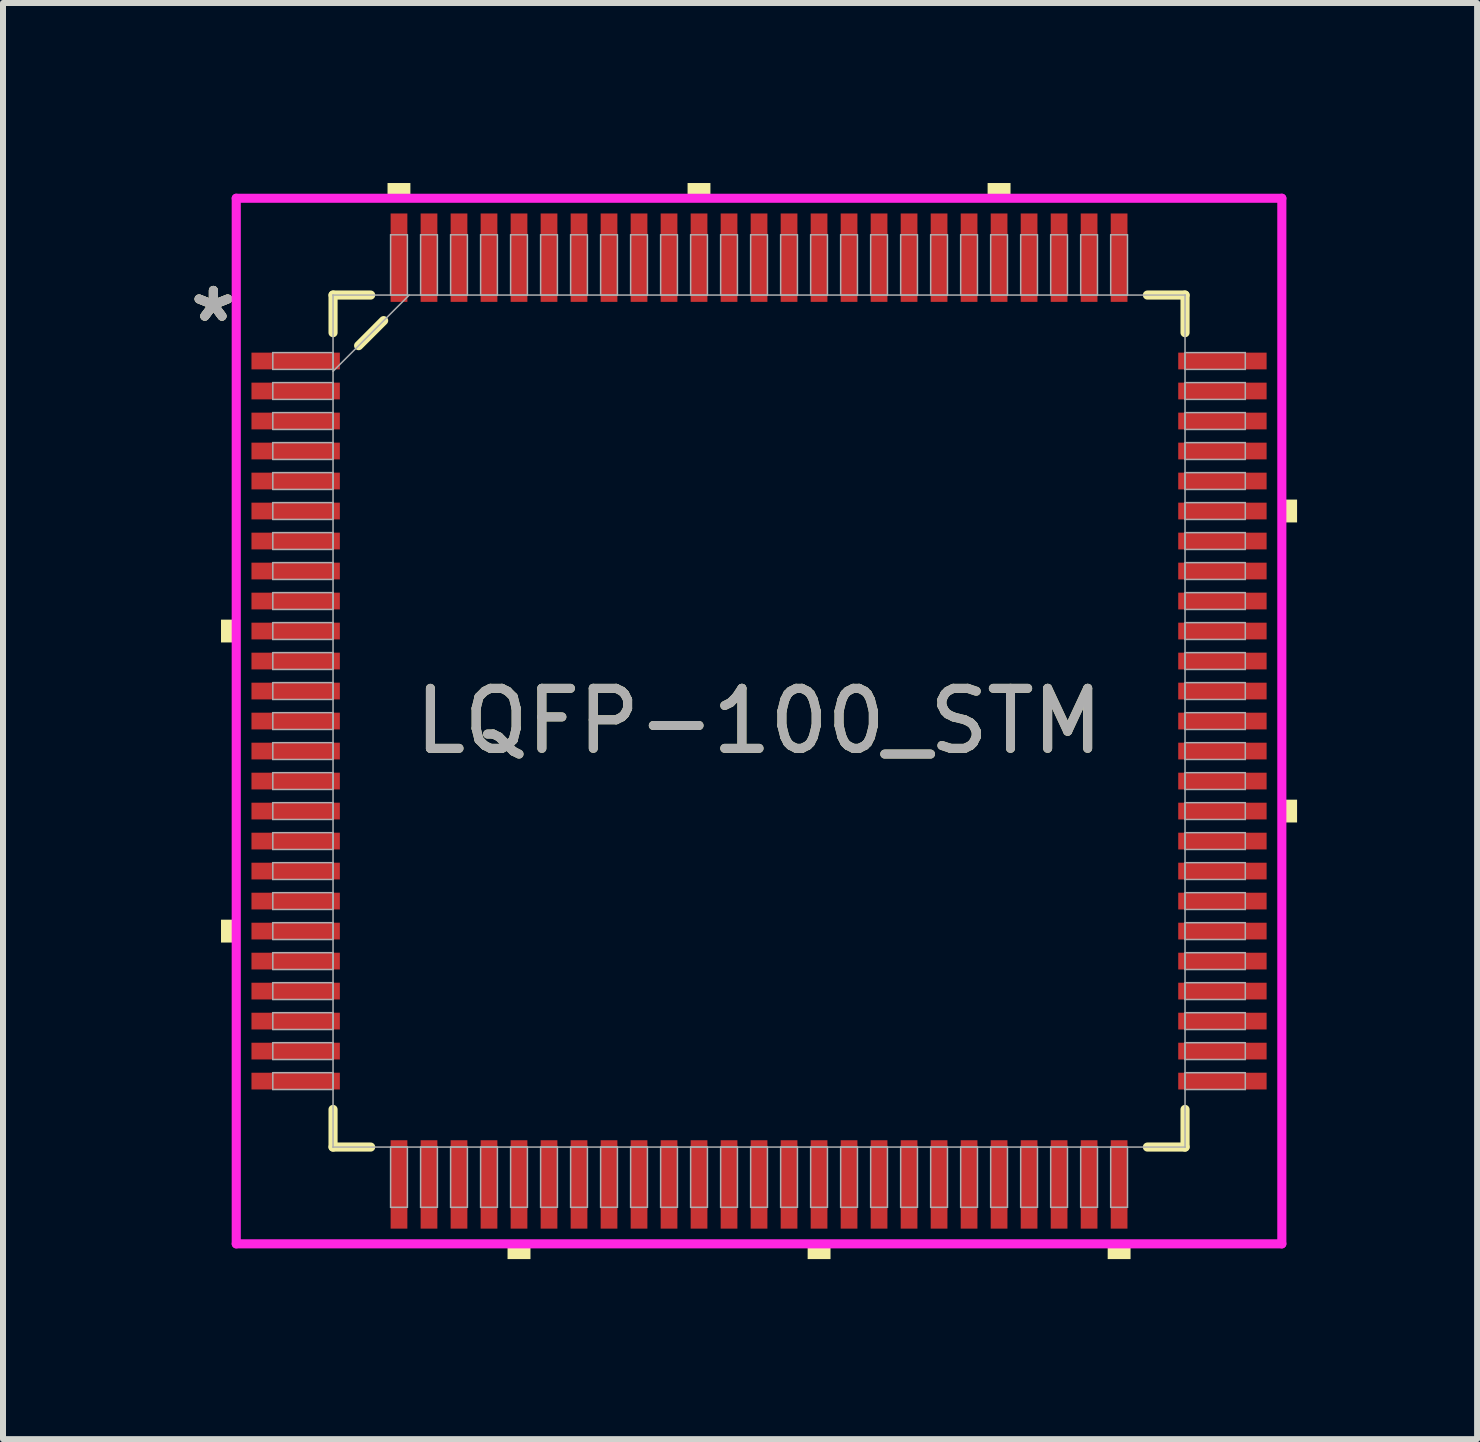
<source format=kicad_pcb>
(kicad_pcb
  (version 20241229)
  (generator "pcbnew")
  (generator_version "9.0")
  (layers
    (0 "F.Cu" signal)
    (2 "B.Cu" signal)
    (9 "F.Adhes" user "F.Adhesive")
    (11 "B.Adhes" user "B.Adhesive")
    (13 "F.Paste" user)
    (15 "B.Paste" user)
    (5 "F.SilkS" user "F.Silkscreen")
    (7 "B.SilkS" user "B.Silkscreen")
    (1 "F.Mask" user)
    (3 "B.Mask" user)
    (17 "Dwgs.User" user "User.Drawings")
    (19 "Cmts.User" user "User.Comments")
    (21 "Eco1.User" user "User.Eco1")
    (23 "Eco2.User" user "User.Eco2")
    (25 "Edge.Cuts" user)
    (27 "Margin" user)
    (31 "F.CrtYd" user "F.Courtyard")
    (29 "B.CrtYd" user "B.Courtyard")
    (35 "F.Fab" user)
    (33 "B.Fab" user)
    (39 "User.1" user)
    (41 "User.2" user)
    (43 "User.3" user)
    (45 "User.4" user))
  (footprint "LQFP-100_STM"
    (layer "F.Cu")
    (at 9.599 8.966)
    (property "Reference" "LQFP-100_STM" (at 0 0 0) (unlocked yes) (layer "F.SilkS") (effects (font (size 1 1) (thickness 0.15))))
    (attr smd)
    (fp_line (start -7.099 -7.099) (end -7.099 -6.472) (stroke (width 0.152) (type solid)) (layer "F.SilkS"))
    (fp_line (start -7.099 6.472) (end -7.099 7.099) (stroke (width 0.152) (type solid)) (layer "F.SilkS"))
    (fp_line (start -7.099 7.099) (end -6.472 7.099) (stroke (width 0.152) (type solid)) (layer "F.SilkS"))
    (fp_line (start -6.673 -6.256) (end -6.256 -6.673) (stroke (width 0.152) (type solid)) (layer "F.SilkS"))
    (fp_line (start -6.472 -7.099) (end -7.099 -7.099) (stroke (width 0.152) (type solid)) (layer "F.SilkS"))
    (fp_line (start 6.472 7.099) (end 7.099 7.099) (stroke (width 0.152) (type solid)) (layer "F.SilkS"))
    (fp_line (start 7.099 -7.099) (end 6.472 -7.099) (stroke (width 0.152) (type solid)) (layer "F.SilkS"))
    (fp_line (start 7.099 -6.472) (end 7.099 -7.099) (stroke (width 0.152) (type solid)) (layer "F.SilkS"))
    (fp_line (start 7.099 7.099) (end 7.099 6.472) (stroke (width 0.152) (type solid)) (layer "F.SilkS"))
    (fp_poly (pts (xy -8.966 -1.69) (xy -8.966 -1.31) (xy -8.712 -1.31) (xy -8.712 -1.69)) (stroke (width 0) (type solid)) (fill yes) (layer "F.SilkS"))
    (fp_poly (pts (xy -8.966 3.31) (xy -8.966 3.691) (xy -8.712 3.691) (xy -8.712 3.31)) (stroke (width 0) (type solid)) (fill yes) (layer "F.SilkS"))
    (fp_poly (pts (xy -6.191 -8.712) (xy -6.191 -8.966) (xy -5.81 -8.966) (xy -5.81 -8.712)) (stroke (width 0) (type solid)) (fill yes) (layer "F.SilkS"))
    (fp_poly (pts (xy -4.191 8.712) (xy -4.191 8.966) (xy -3.809 8.966) (xy -3.809 8.712)) (stroke (width 0) (type solid)) (fill yes) (layer "F.SilkS"))
    (fp_poly (pts (xy -1.191 -8.712) (xy -1.191 -8.966) (xy -0.81 -8.966) (xy -0.81 -8.712)) (stroke (width 0) (type solid)) (fill yes) (layer "F.SilkS"))
    (fp_poly (pts (xy 0.81 8.712) (xy 0.81 8.966) (xy 1.191 8.966) (xy 1.191 8.712)) (stroke (width 0) (type solid)) (fill yes) (layer "F.SilkS"))
    (fp_poly (pts (xy 3.809 -8.712) (xy 3.809 -8.966) (xy 4.191 -8.966) (xy 4.191 -8.712)) (stroke (width 0) (type solid)) (fill yes) (layer "F.SilkS"))
    (fp_poly (pts (xy 5.81 8.712) (xy 5.81 8.966) (xy 6.191 8.966) (xy 6.191 8.712)) (stroke (width 0) (type solid)) (fill yes) (layer "F.SilkS"))
    (fp_poly (pts (xy 8.966 -3.691) (xy 8.966 -3.31) (xy 8.712 -3.31) (xy 8.712 -3.691)) (stroke (width 0) (type solid)) (fill yes) (layer "F.SilkS"))
    (fp_poly (pts (xy 8.966 1.31) (xy 8.966 1.69) (xy 8.712 1.69) (xy 8.712 1.31)) (stroke (width 0) (type solid)) (fill yes) (layer "F.SilkS"))
    (fp_line (start -8.712 -8.712) (end 8.712 -8.712) (stroke (width 0.152) (type solid)) (layer "F.CrtYd"))
    (fp_line (start -8.712 8.712) (end -8.712 -8.712) (stroke (width 0.152) (type solid)) (layer "F.CrtYd"))
    (fp_line (start 8.712 -8.712) (end 8.712 8.712) (stroke (width 0.152) (type solid)) (layer "F.CrtYd"))
    (fp_line (start 8.712 8.712) (end -8.712 8.712) (stroke (width 0.152) (type solid)) (layer "F.CrtYd"))
    (fp_line (start -8.103 -6.14) (end -8.103 -5.86) (stroke (width 0.025) (type solid)) (layer "F.Fab"))
    (fp_line (start -8.103 -5.86) (end -7.099 -5.86) (stroke (width 0.025) (type solid)) (layer "F.Fab"))
    (fp_line (start -8.103 -5.64) (end -8.103 -5.36) (stroke (width 0.025) (type solid)) (layer "F.Fab"))
    (fp_line (start -8.103 -5.36) (end -7.099 -5.36) (stroke (width 0.025) (type solid)) (layer "F.Fab"))
    (fp_line (start -8.103 -5.14) (end -8.103 -4.86) (stroke (width 0.025) (type solid)) (layer "F.Fab"))
    (fp_line (start -8.103 -4.86) (end -7.099 -4.86) (stroke (width 0.025) (type solid)) (layer "F.Fab"))
    (fp_line (start -8.103 -4.64) (end -8.103 -4.36) (stroke (width 0.025) (type solid)) (layer "F.Fab"))
    (fp_line (start -8.103 -4.36) (end -7.099 -4.36) (stroke (width 0.025) (type solid)) (layer "F.Fab"))
    (fp_line (start -8.103 -4.14) (end -8.103 -3.86) (stroke (width 0.025) (type solid)) (layer "F.Fab"))
    (fp_line (start -8.103 -3.86) (end -7.099 -3.86) (stroke (width 0.025) (type solid)) (layer "F.Fab"))
    (fp_line (start -8.103 -3.64) (end -8.103 -3.36) (stroke (width 0.025) (type solid)) (layer "F.Fab"))
    (fp_line (start -8.103 -3.36) (end -7.099 -3.36) (stroke (width 0.025) (type solid)) (layer "F.Fab"))
    (fp_line (start -8.103 -3.14) (end -8.103 -2.86) (stroke (width 0.025) (type solid)) (layer "F.Fab"))
    (fp_line (start -8.103 -2.86) (end -7.099 -2.86) (stroke (width 0.025) (type solid)) (layer "F.Fab"))
    (fp_line (start -8.103 -2.64) (end -8.103 -2.36) (stroke (width 0.025) (type solid)) (layer "F.Fab"))
    (fp_line (start -8.103 -2.36) (end -7.099 -2.36) (stroke (width 0.025) (type solid)) (layer "F.Fab"))
    (fp_line (start -8.103 -2.14) (end -8.103 -1.86) (stroke (width 0.025) (type solid)) (layer "F.Fab"))
    (fp_line (start -8.103 -1.86) (end -7.099 -1.86) (stroke (width 0.025) (type solid)) (layer "F.Fab"))
    (fp_line (start -8.103 -1.64) (end -8.103 -1.36) (stroke (width 0.025) (type solid)) (layer "F.Fab"))
    (fp_line (start -8.103 -1.36) (end -7.099 -1.36) (stroke (width 0.025) (type solid)) (layer "F.Fab"))
    (fp_line (start -8.103 -1.14) (end -8.103 -0.86) (stroke (width 0.025) (type solid)) (layer "F.Fab"))
    (fp_line (start -8.103 -0.86) (end -7.099 -0.86) (stroke (width 0.025) (type solid)) (layer "F.Fab"))
    (fp_line (start -8.103 -0.64) (end -8.103 -0.36) (stroke (width 0.025) (type solid)) (layer "F.Fab"))
    (fp_line (start -8.103 -0.36) (end -7.099 -0.36) (stroke (width 0.025) (type solid)) (layer "F.Fab"))
    (fp_line (start -8.103 -0.14) (end -8.103 0.14) (stroke (width 0.025) (type solid)) (layer "F.Fab"))
    (fp_line (start -8.103 0.14) (end -7.099 0.14) (stroke (width 0.025) (type solid)) (layer "F.Fab"))
    (fp_line (start -8.103 0.36) (end -8.103 0.64) (stroke (width 0.025) (type solid)) (layer "F.Fab"))
    (fp_line (start -8.103 0.64) (end -7.099 0.64) (stroke (width 0.025) (type solid)) (layer "F.Fab"))
    (fp_line (start -8.103 0.86) (end -8.103 1.14) (stroke (width 0.025) (type solid)) (layer "F.Fab"))
    (fp_line (start -8.103 1.14) (end -7.099 1.14) (stroke (width 0.025) (type solid)) (layer "F.Fab"))
    (fp_line (start -8.103 1.36) (end -8.103 1.64) (stroke (width 0.025) (type solid)) (layer "F.Fab"))
    (fp_line (start -8.103 1.64) (end -7.099 1.64) (stroke (width 0.025) (type solid)) (layer "F.Fab"))
    (fp_line (start -8.103 1.86) (end -8.103 2.14) (stroke (width 0.025) (type solid)) (layer "F.Fab"))
    (fp_line (start -8.103 2.14) (end -7.099 2.14) (stroke (width 0.025) (type solid)) (layer "F.Fab"))
    (fp_line (start -8.103 2.36) (end -8.103 2.64) (stroke (width 0.025) (type solid)) (layer "F.Fab"))
    (fp_line (start -8.103 2.64) (end -7.099 2.64) (stroke (width 0.025) (type solid)) (layer "F.Fab"))
    (fp_line (start -8.103 2.86) (end -8.103 3.14) (stroke (width 0.025) (type solid)) (layer "F.Fab"))
    (fp_line (start -8.103 3.14) (end -7.099 3.14) (stroke (width 0.025) (type solid)) (layer "F.Fab"))
    (fp_line (start -8.103 3.36) (end -8.103 3.64) (stroke (width 0.025) (type solid)) (layer "F.Fab"))
    (fp_line (start -8.103 3.64) (end -7.099 3.64) (stroke (width 0.025) (type solid)) (layer "F.Fab"))
    (fp_line (start -8.103 3.86) (end -8.103 4.14) (stroke (width 0.025) (type solid)) (layer "F.Fab"))
    (fp_line (start -8.103 4.14) (end -7.099 4.14) (stroke (width 0.025) (type solid)) (layer "F.Fab"))
    (fp_line (start -8.103 4.36) (end -8.103 4.64) (stroke (width 0.025) (type solid)) (layer "F.Fab"))
    (fp_line (start -8.103 4.64) (end -7.099 4.64) (stroke (width 0.025) (type solid)) (layer "F.Fab"))
    (fp_line (start -8.103 4.86) (end -8.103 5.14) (stroke (width 0.025) (type solid)) (layer "F.Fab"))
    (fp_line (start -8.103 5.14) (end -7.099 5.14) (stroke (width 0.025) (type solid)) (layer "F.Fab"))
    (fp_line (start -8.103 5.36) (end -8.103 5.64) (stroke (width 0.025) (type solid)) (layer "F.Fab"))
    (fp_line (start -8.103 5.64) (end -7.099 5.64) (stroke (width 0.025) (type solid)) (layer "F.Fab"))
    (fp_line (start -8.103 5.86) (end -8.103 6.14) (stroke (width 0.025) (type solid)) (layer "F.Fab"))
    (fp_line (start -8.103 6.14) (end -7.099 6.14) (stroke (width 0.025) (type solid)) (layer "F.Fab"))
    (fp_line (start -7.099 -7.099) (end -7.099 -7.099) (stroke (width 0.025) (type solid)) (layer "F.Fab"))
    (fp_line (start -7.099 -7.099) (end -7.099 7.099) (stroke (width 0.025) (type solid)) (layer "F.Fab"))
    (fp_line (start -7.099 -6.14) (end -8.103 -6.14) (stroke (width 0.025) (type solid)) (layer "F.Fab"))
    (fp_line (start -7.099 -5.86) (end -7.099 -6.14) (stroke (width 0.025) (type solid)) (layer "F.Fab"))
    (fp_line (start -7.099 -5.829) (end -5.829 -7.099) (stroke (width 0.025) (type solid)) (layer "F.Fab"))
    (fp_line (start -7.099 -5.64) (end -8.103 -5.64) (stroke (width 0.025) (type solid)) (layer "F.Fab"))
    (fp_line (start -7.099 -5.36) (end -7.099 -5.64) (stroke (width 0.025) (type solid)) (layer "F.Fab"))
    (fp_line (start -7.099 -5.14) (end -8.103 -5.14) (stroke (width 0.025) (type solid)) (layer "F.Fab"))
    (fp_line (start -7.099 -4.86) (end -7.099 -5.14) (stroke (width 0.025) (type solid)) (layer "F.Fab"))
    (fp_line (start -7.099 -4.64) (end -8.103 -4.64) (stroke (width 0.025) (type solid)) (layer "F.Fab"))
    (fp_line (start -7.099 -4.36) (end -7.099 -4.64) (stroke (width 0.025) (type solid)) (layer "F.Fab"))
    (fp_line (start -7.099 -4.14) (end -8.103 -4.14) (stroke (width 0.025) (type solid)) (layer "F.Fab"))
    (fp_line (start -7.099 -3.86) (end -7.099 -4.14) (stroke (width 0.025) (type solid)) (layer "F.Fab"))
    (fp_line (start -7.099 -3.64) (end -8.103 -3.64) (stroke (width 0.025) (type solid)) (layer "F.Fab"))
    (fp_line (start -7.099 -3.36) (end -7.099 -3.64) (stroke (width 0.025) (type solid)) (layer "F.Fab"))
    (fp_line (start -7.099 -3.14) (end -8.103 -3.14) (stroke (width 0.025) (type solid)) (layer "F.Fab"))
    (fp_line (start -7.099 -2.86) (end -7.099 -3.14) (stroke (width 0.025) (type solid)) (layer "F.Fab"))
    (fp_line (start -7.099 -2.64) (end -8.103 -2.64) (stroke (width 0.025) (type solid)) (layer "F.Fab"))
    (fp_line (start -7.099 -2.36) (end -7.099 -2.64) (stroke (width 0.025) (type solid)) (layer "F.Fab"))
    (fp_line (start -7.099 -2.14) (end -8.103 -2.14) (stroke (width 0.025) (type solid)) (layer "F.Fab"))
    (fp_line (start -7.099 -1.86) (end -7.099 -2.14) (stroke (width 0.025) (type solid)) (layer "F.Fab"))
    (fp_line (start -7.099 -1.64) (end -8.103 -1.64) (stroke (width 0.025) (type solid)) (layer "F.Fab"))
    (fp_line (start -7.099 -1.36) (end -7.099 -1.64) (stroke (width 0.025) (type solid)) (layer "F.Fab"))
    (fp_line (start -7.099 -1.14) (end -8.103 -1.14) (stroke (width 0.025) (type solid)) (layer "F.Fab"))
    (fp_line (start -7.099 -0.86) (end -7.099 -1.14) (stroke (width 0.025) (type solid)) (layer "F.Fab"))
    (fp_line (start -7.099 -0.64) (end -8.103 -0.64) (stroke (width 0.025) (type solid)) (layer "F.Fab"))
    (fp_line (start -7.099 -0.36) (end -7.099 -0.64) (stroke (width 0.025) (type solid)) (layer "F.Fab"))
    (fp_line (start -7.099 -0.14) (end -8.103 -0.14) (stroke (width 0.025) (type solid)) (layer "F.Fab"))
    (fp_line (start -7.099 0.14) (end -7.099 -0.14) (stroke (width 0.025) (type solid)) (layer "F.Fab"))
    (fp_line (start -7.099 0.36) (end -8.103 0.36) (stroke (width 0.025) (type solid)) (layer "F.Fab"))
    (fp_line (start -7.099 0.64) (end -7.099 0.36) (stroke (width 0.025) (type solid)) (layer "F.Fab"))
    (fp_line (start -7.099 0.86) (end -8.103 0.86) (stroke (width 0.025) (type solid)) (layer "F.Fab"))
    (fp_line (start -7.099 1.14) (end -7.099 0.86) (stroke (width 0.025) (type solid)) (layer "F.Fab"))
    (fp_line (start -7.099 1.36) (end -8.103 1.36) (stroke (width 0.025) (type solid)) (layer "F.Fab"))
    (fp_line (start -7.099 1.64) (end -7.099 1.36) (stroke (width 0.025) (type solid)) (layer "F.Fab"))
    (fp_line (start -7.099 1.86) (end -8.103 1.86) (stroke (width 0.025) (type solid)) (layer "F.Fab"))
    (fp_line (start -7.099 2.14) (end -7.099 1.86) (stroke (width 0.025) (type solid)) (layer "F.Fab"))
    (fp_line (start -7.099 2.36) (end -8.103 2.36) (stroke (width 0.025) (type solid)) (layer "F.Fab"))
    (fp_line (start -7.099 2.64) (end -7.099 2.36) (stroke (width 0.025) (type solid)) (layer "F.Fab"))
    (fp_line (start -7.099 2.86) (end -8.103 2.86) (stroke (width 0.025) (type solid)) (layer "F.Fab"))
    (fp_line (start -7.099 3.14) (end -7.099 2.86) (stroke (width 0.025) (type solid)) (layer "F.Fab"))
    (fp_line (start -7.099 3.36) (end -8.103 3.36) (stroke (width 0.025) (type solid)) (layer "F.Fab"))
    (fp_line (start -7.099 3.64) (end -7.099 3.36) (stroke (width 0.025) (type solid)) (layer "F.Fab"))
    (fp_line (start -7.099 3.86) (end -8.103 3.86) (stroke (width 0.025) (type solid)) (layer "F.Fab"))
    (fp_line (start -7.099 4.14) (end -7.099 3.86) (stroke (width 0.025) (type solid)) (layer "F.Fab"))
    (fp_line (start -7.099 4.36) (end -8.103 4.36) (stroke (width 0.025) (type solid)) (layer "F.Fab"))
    (fp_line (start -7.099 4.64) (end -7.099 4.36) (stroke (width 0.025) (type solid)) (layer "F.Fab"))
    (fp_line (start -7.099 4.86) (end -8.103 4.86) (stroke (width 0.025) (type solid)) (layer "F.Fab"))
    (fp_line (start -7.099 5.14) (end -7.099 4.86) (stroke (width 0.025) (type solid)) (layer "F.Fab"))
    (fp_line (start -7.099 5.36) (end -8.103 5.36) (stroke (width 0.025) (type solid)) (layer "F.Fab"))
    (fp_line (start -7.099 5.64) (end -7.099 5.36) (stroke (width 0.025) (type solid)) (layer "F.Fab"))
    (fp_line (start -7.099 5.86) (end -8.103 5.86) (stroke (width 0.025) (type solid)) (layer "F.Fab"))
    (fp_line (start -7.099 6.14) (end -7.099 5.86) (stroke (width 0.025) (type solid)) (layer "F.Fab"))
    (fp_line (start -7.099 7.099) (end -7.099 7.099) (stroke (width 0.025) (type solid)) (layer "F.Fab"))
    (fp_line (start -7.099 7.099) (end 7.099 7.099) (stroke (width 0.025) (type solid)) (layer "F.Fab"))
    (fp_line (start -6.14 -8.103) (end -6.14 -7.099) (stroke (width 0.025) (type solid)) (layer "F.Fab"))
    (fp_line (start -6.14 -7.099) (end -5.86 -7.099) (stroke (width 0.025) (type solid)) (layer "F.Fab"))
    (fp_line (start -6.14 7.099) (end -6.14 8.103) (stroke (width 0.025) (type solid)) (layer "F.Fab"))
    (fp_line (start -6.14 8.103) (end -5.86 8.103) (stroke (width 0.025) (type solid)) (layer "F.Fab"))
    (fp_line (start -5.86 -8.103) (end -6.14 -8.103) (stroke (width 0.025) (type solid)) (layer "F.Fab"))
    (fp_line (start -5.86 -7.099) (end -5.86 -8.103) (stroke (width 0.025) (type solid)) (layer "F.Fab"))
    (fp_line (start -5.86 7.099) (end -6.14 7.099) (stroke (width 0.025) (type solid)) (layer "F.Fab"))
    (fp_line (start -5.86 8.103) (end -5.86 7.099) (stroke (width 0.025) (type solid)) (layer "F.Fab"))
    (fp_line (start -5.64 -8.103) (end -5.64 -7.099) (stroke (width 0.025) (type solid)) (layer "F.Fab"))
    (fp_line (start -5.64 -7.099) (end -5.36 -7.099) (stroke (width 0.025) (type solid)) (layer "F.Fab"))
    (fp_line (start -5.64 7.099) (end -5.64 8.103) (stroke (width 0.025) (type solid)) (layer "F.Fab"))
    (fp_line (start -5.64 8.103) (end -5.36 8.103) (stroke (width 0.025) (type solid)) (layer "F.Fab"))
    (fp_line (start -5.36 -8.103) (end -5.64 -8.103) (stroke (width 0.025) (type solid)) (layer "F.Fab"))
    (fp_line (start -5.36 -7.099) (end -5.36 -8.103) (stroke (width 0.025) (type solid)) (layer "F.Fab"))
    (fp_line (start -5.36 7.099) (end -5.64 7.099) (stroke (width 0.025) (type solid)) (layer "F.Fab"))
    (fp_line (start -5.36 8.103) (end -5.36 7.099) (stroke (width 0.025) (type solid)) (layer "F.Fab"))
    (fp_line (start -5.14 -8.103) (end -5.14 -7.099) (stroke (width 0.025) (type solid)) (layer "F.Fab"))
    (fp_line (start -5.14 -7.099) (end -4.86 -7.099) (stroke (width 0.025) (type solid)) (layer "F.Fab"))
    (fp_line (start -5.14 7.099) (end -5.14 8.103) (stroke (width 0.025) (type solid)) (layer "F.Fab"))
    (fp_line (start -5.14 8.103) (end -4.86 8.103) (stroke (width 0.025) (type solid)) (layer "F.Fab"))
    (fp_line (start -4.86 -8.103) (end -5.14 -8.103) (stroke (width 0.025) (type solid)) (layer "F.Fab"))
    (fp_line (start -4.86 -7.099) (end -4.86 -8.103) (stroke (width 0.025) (type solid)) (layer "F.Fab"))
    (fp_line (start -4.86 7.099) (end -5.14 7.099) (stroke (width 0.025) (type solid)) (layer "F.Fab"))
    (fp_line (start -4.86 8.103) (end -4.86 7.099) (stroke (width 0.025) (type solid)) (layer "F.Fab"))
    (fp_line (start -4.64 -8.103) (end -4.64 -7.099) (stroke (width 0.025) (type solid)) (layer "F.Fab"))
    (fp_line (start -4.64 -7.099) (end -4.36 -7.099) (stroke (width 0.025) (type solid)) (layer "F.Fab"))
    (fp_line (start -4.64 7.099) (end -4.64 8.103) (stroke (width 0.025) (type solid)) (layer "F.Fab"))
    (fp_line (start -4.64 8.103) (end -4.36 8.103) (stroke (width 0.025) (type solid)) (layer "F.Fab"))
    (fp_line (start -4.36 -8.103) (end -4.64 -8.103) (stroke (width 0.025) (type solid)) (layer "F.Fab"))
    (fp_line (start -4.36 -7.099) (end -4.36 -8.103) (stroke (width 0.025) (type solid)) (layer "F.Fab"))
    (fp_line (start -4.36 7.099) (end -4.64 7.099) (stroke (width 0.025) (type solid)) (layer "F.Fab"))
    (fp_line (start -4.36 8.103) (end -4.36 7.099) (stroke (width 0.025) (type solid)) (layer "F.Fab"))
    (fp_line (start -4.14 -8.103) (end -4.14 -7.099) (stroke (width 0.025) (type solid)) (layer "F.Fab"))
    (fp_line (start -4.14 -7.099) (end -3.86 -7.099) (stroke (width 0.025) (type solid)) (layer "F.Fab"))
    (fp_line (start -4.14 7.099) (end -4.14 8.103) (stroke (width 0.025) (type solid)) (layer "F.Fab"))
    (fp_line (start -4.14 8.103) (end -3.86 8.103) (stroke (width 0.025) (type solid)) (layer "F.Fab"))
    (fp_line (start -3.86 -8.103) (end -4.14 -8.103) (stroke (width 0.025) (type solid)) (layer "F.Fab"))
    (fp_line (start -3.86 -7.099) (end -3.86 -8.103) (stroke (width 0.025) (type solid)) (layer "F.Fab"))
    (fp_line (start -3.86 7.099) (end -4.14 7.099) (stroke (width 0.025) (type solid)) (layer "F.Fab"))
    (fp_line (start -3.86 8.103) (end -3.86 7.099) (stroke (width 0.025) (type solid)) (layer "F.Fab"))
    (fp_line (start -3.64 -8.103) (end -3.64 -7.099) (stroke (width 0.025) (type solid)) (layer "F.Fab"))
    (fp_line (start -3.64 -7.099) (end -3.36 -7.099) (stroke (width 0.025) (type solid)) (layer "F.Fab"))
    (fp_line (start -3.64 7.099) (end -3.64 8.103) (stroke (width 0.025) (type solid)) (layer "F.Fab"))
    (fp_line (start -3.64 8.103) (end -3.36 8.103) (stroke (width 0.025) (type solid)) (layer "F.Fab"))
    (fp_line (start -3.36 -8.103) (end -3.64 -8.103) (stroke (width 0.025) (type solid)) (layer "F.Fab"))
    (fp_line (start -3.36 -7.099) (end -3.36 -8.103) (stroke (width 0.025) (type solid)) (layer "F.Fab"))
    (fp_line (start -3.36 7.099) (end -3.64 7.099) (stroke (width 0.025) (type solid)) (layer "F.Fab"))
    (fp_line (start -3.36 8.103) (end -3.36 7.099) (stroke (width 0.025) (type solid)) (layer "F.Fab"))
    (fp_line (start -3.14 -8.103) (end -3.14 -7.099) (stroke (width 0.025) (type solid)) (layer "F.Fab"))
    (fp_line (start -3.14 -7.099) (end -2.86 -7.099) (stroke (width 0.025) (type solid)) (layer "F.Fab"))
    (fp_line (start -3.14 7.099) (end -3.14 8.103) (stroke (width 0.025) (type solid)) (layer "F.Fab"))
    (fp_line (start -3.14 8.103) (end -2.86 8.103) (stroke (width 0.025) (type solid)) (layer "F.Fab"))
    (fp_line (start -2.86 -8.103) (end -3.14 -8.103) (stroke (width 0.025) (type solid)) (layer "F.Fab"))
    (fp_line (start -2.86 -7.099) (end -2.86 -8.103) (stroke (width 0.025) (type solid)) (layer "F.Fab"))
    (fp_line (start -2.86 7.099) (end -3.14 7.099) (stroke (width 0.025) (type solid)) (layer "F.Fab"))
    (fp_line (start -2.86 8.103) (end -2.86 7.099) (stroke (width 0.025) (type solid)) (layer "F.Fab"))
    (fp_line (start -2.64 -8.103) (end -2.64 -7.099) (stroke (width 0.025) (type solid)) (layer "F.Fab"))
    (fp_line (start -2.64 -7.099) (end -2.36 -7.099) (stroke (width 0.025) (type solid)) (layer "F.Fab"))
    (fp_line (start -2.64 7.099) (end -2.64 8.103) (stroke (width 0.025) (type solid)) (layer "F.Fab"))
    (fp_line (start -2.64 8.103) (end -2.36 8.103) (stroke (width 0.025) (type solid)) (layer "F.Fab"))
    (fp_line (start -2.36 -8.103) (end -2.64 -8.103) (stroke (width 0.025) (type solid)) (layer "F.Fab"))
    (fp_line (start -2.36 -7.099) (end -2.36 -8.103) (stroke (width 0.025) (type solid)) (layer "F.Fab"))
    (fp_line (start -2.36 7.099) (end -2.64 7.099) (stroke (width 0.025) (type solid)) (layer "F.Fab"))
    (fp_line (start -2.36 8.103) (end -2.36 7.099) (stroke (width 0.025) (type solid)) (layer "F.Fab"))
    (fp_line (start -2.14 -8.103) (end -2.14 -7.099) (stroke (width 0.025) (type solid)) (layer "F.Fab"))
    (fp_line (start -2.14 -7.099) (end -1.86 -7.099) (stroke (width 0.025) (type solid)) (layer "F.Fab"))
    (fp_line (start -2.14 7.099) (end -2.14 8.103) (stroke (width 0.025) (type solid)) (layer "F.Fab"))
    (fp_line (start -2.14 8.103) (end -1.86 8.103) (stroke (width 0.025) (type solid)) (layer "F.Fab"))
    (fp_line (start -1.86 -8.103) (end -2.14 -8.103) (stroke (width 0.025) (type solid)) (layer "F.Fab"))
    (fp_line (start -1.86 -7.099) (end -1.86 -8.103) (stroke (width 0.025) (type solid)) (layer "F.Fab"))
    (fp_line (start -1.86 7.099) (end -2.14 7.099) (stroke (width 0.025) (type solid)) (layer "F.Fab"))
    (fp_line (start -1.86 8.103) (end -1.86 7.099) (stroke (width 0.025) (type solid)) (layer "F.Fab"))
    (fp_line (start -1.64 -8.103) (end -1.64 -7.099) (stroke (width 0.025) (type solid)) (layer "F.Fab"))
    (fp_line (start -1.64 -7.099) (end -1.36 -7.099) (stroke (width 0.025) (type solid)) (layer "F.Fab"))
    (fp_line (start -1.64 7.099) (end -1.64 8.103) (stroke (width 0.025) (type solid)) (layer "F.Fab"))
    (fp_line (start -1.64 8.103) (end -1.36 8.103) (stroke (width 0.025) (type solid)) (layer "F.Fab"))
    (fp_line (start -1.36 -8.103) (end -1.64 -8.103) (stroke (width 0.025) (type solid)) (layer "F.Fab"))
    (fp_line (start -1.36 -7.099) (end -1.36 -8.103) (stroke (width 0.025) (type solid)) (layer "F.Fab"))
    (fp_line (start -1.36 7.099) (end -1.64 7.099) (stroke (width 0.025) (type solid)) (layer "F.Fab"))
    (fp_line (start -1.36 8.103) (end -1.36 7.099) (stroke (width 0.025) (type solid)) (layer "F.Fab"))
    (fp_line (start -1.14 -8.103) (end -1.14 -7.099) (stroke (width 0.025) (type solid)) (layer "F.Fab"))
    (fp_line (start -1.14 -7.099) (end -0.86 -7.099) (stroke (width 0.025) (type solid)) (layer "F.Fab"))
    (fp_line (start -1.14 7.099) (end -1.14 8.103) (stroke (width 0.025) (type solid)) (layer "F.Fab"))
    (fp_line (start -1.14 8.103) (end -0.86 8.103) (stroke (width 0.025) (type solid)) (layer "F.Fab"))
    (fp_line (start -0.86 -8.103) (end -1.14 -8.103) (stroke (width 0.025) (type solid)) (layer "F.Fab"))
    (fp_line (start -0.86 -7.099) (end -0.86 -8.103) (stroke (width 0.025) (type solid)) (layer "F.Fab"))
    (fp_line (start -0.86 7.099) (end -1.14 7.099) (stroke (width 0.025) (type solid)) (layer "F.Fab"))
    (fp_line (start -0.86 8.103) (end -0.86 7.099) (stroke (width 0.025) (type solid)) (layer "F.Fab"))
    (fp_line (start -0.64 -8.103) (end -0.64 -7.099) (stroke (width 0.025) (type solid)) (layer "F.Fab"))
    (fp_line (start -0.64 -7.099) (end -0.36 -7.099) (stroke (width 0.025) (type solid)) (layer "F.Fab"))
    (fp_line (start -0.64 7.099) (end -0.64 8.103) (stroke (width 0.025) (type solid)) (layer "F.Fab"))
    (fp_line (start -0.64 8.103) (end -0.36 8.103) (stroke (width 0.025) (type solid)) (layer "F.Fab"))
    (fp_line (start -0.36 -8.103) (end -0.64 -8.103) (stroke (width 0.025) (type solid)) (layer "F.Fab"))
    (fp_line (start -0.36 -7.099) (end -0.36 -8.103) (stroke (width 0.025) (type solid)) (layer "F.Fab"))
    (fp_line (start -0.36 7.099) (end -0.64 7.099) (stroke (width 0.025) (type solid)) (layer "F.Fab"))
    (fp_line (start -0.36 8.103) (end -0.36 7.099) (stroke (width 0.025) (type solid)) (layer "F.Fab"))
    (fp_line (start -0.14 -8.103) (end -0.14 -7.099) (stroke (width 0.025) (type solid)) (layer "F.Fab"))
    (fp_line (start -0.14 -7.099) (end 0.14 -7.099) (stroke (width 0.025) (type solid)) (layer "F.Fab"))
    (fp_line (start -0.14 7.099) (end -0.14 8.103) (stroke (width 0.025) (type solid)) (layer "F.Fab"))
    (fp_line (start -0.14 8.103) (end 0.14 8.103) (stroke (width 0.025) (type solid)) (layer "F.Fab"))
    (fp_line (start 0.14 -8.103) (end -0.14 -8.103) (stroke (width 0.025) (type solid)) (layer "F.Fab"))
    (fp_line (start 0.14 -7.099) (end 0.14 -8.103) (stroke (width 0.025) (type solid)) (layer "F.Fab"))
    (fp_line (start 0.14 7.099) (end -0.14 7.099) (stroke (width 0.025) (type solid)) (layer "F.Fab"))
    (fp_line (start 0.14 8.103) (end 0.14 7.099) (stroke (width 0.025) (type solid)) (layer "F.Fab"))
    (fp_line (start 0.36 -8.103) (end 0.36 -7.099) (stroke (width 0.025) (type solid)) (layer "F.Fab"))
    (fp_line (start 0.36 -7.099) (end 0.64 -7.099) (stroke (width 0.025) (type solid)) (layer "F.Fab"))
    (fp_line (start 0.36 7.099) (end 0.36 8.103) (stroke (width 0.025) (type solid)) (layer "F.Fab"))
    (fp_line (start 0.36 8.103) (end 0.64 8.103) (stroke (width 0.025) (type solid)) (layer "F.Fab"))
    (fp_line (start 0.64 -8.103) (end 0.36 -8.103) (stroke (width 0.025) (type solid)) (layer "F.Fab"))
    (fp_line (start 0.64 -7.099) (end 0.64 -8.103) (stroke (width 0.025) (type solid)) (layer "F.Fab"))
    (fp_line (start 0.64 7.099) (end 0.36 7.099) (stroke (width 0.025) (type solid)) (layer "F.Fab"))
    (fp_line (start 0.64 8.103) (end 0.64 7.099) (stroke (width 0.025) (type solid)) (layer "F.Fab"))
    (fp_line (start 0.86 -8.103) (end 0.86 -7.099) (stroke (width 0.025) (type solid)) (layer "F.Fab"))
    (fp_line (start 0.86 -7.099) (end 1.14 -7.099) (stroke (width 0.025) (type solid)) (layer "F.Fab"))
    (fp_line (start 0.86 7.099) (end 0.86 8.103) (stroke (width 0.025) (type solid)) (layer "F.Fab"))
    (fp_line (start 0.86 8.103) (end 1.14 8.103) (stroke (width 0.025) (type solid)) (layer "F.Fab"))
    (fp_line (start 1.14 -8.103) (end 0.86 -8.103) (stroke (width 0.025) (type solid)) (layer "F.Fab"))
    (fp_line (start 1.14 -7.099) (end 1.14 -8.103) (stroke (width 0.025) (type solid)) (layer "F.Fab"))
    (fp_line (start 1.14 7.099) (end 0.86 7.099) (stroke (width 0.025) (type solid)) (layer "F.Fab"))
    (fp_line (start 1.14 8.103) (end 1.14 7.099) (stroke (width 0.025) (type solid)) (layer "F.Fab"))
    (fp_line (start 1.36 -8.103) (end 1.36 -7.099) (stroke (width 0.025) (type solid)) (layer "F.Fab"))
    (fp_line (start 1.36 -7.099) (end 1.64 -7.099) (stroke (width 0.025) (type solid)) (layer "F.Fab"))
    (fp_line (start 1.36 7.099) (end 1.36 8.103) (stroke (width 0.025) (type solid)) (layer "F.Fab"))
    (fp_line (start 1.36 8.103) (end 1.64 8.103) (stroke (width 0.025) (type solid)) (layer "F.Fab"))
    (fp_line (start 1.64 -8.103) (end 1.36 -8.103) (stroke (width 0.025) (type solid)) (layer "F.Fab"))
    (fp_line (start 1.64 -7.099) (end 1.64 -8.103) (stroke (width 0.025) (type solid)) (layer "F.Fab"))
    (fp_line (start 1.64 7.099) (end 1.36 7.099) (stroke (width 0.025) (type solid)) (layer "F.Fab"))
    (fp_line (start 1.64 8.103) (end 1.64 7.099) (stroke (width 0.025) (type solid)) (layer "F.Fab"))
    (fp_line (start 1.86 -8.103) (end 1.86 -7.099) (stroke (width 0.025) (type solid)) (layer "F.Fab"))
    (fp_line (start 1.86 -7.099) (end 2.14 -7.099) (stroke (width 0.025) (type solid)) (layer "F.Fab"))
    (fp_line (start 1.86 7.099) (end 1.86 8.103) (stroke (width 0.025) (type solid)) (layer "F.Fab"))
    (fp_line (start 1.86 8.103) (end 2.14 8.103) (stroke (width 0.025) (type solid)) (layer "F.Fab"))
    (fp_line (start 2.14 -8.103) (end 1.86 -8.103) (stroke (width 0.025) (type solid)) (layer "F.Fab"))
    (fp_line (start 2.14 -7.099) (end 2.14 -8.103) (stroke (width 0.025) (type solid)) (layer "F.Fab"))
    (fp_line (start 2.14 7.099) (end 1.86 7.099) (stroke (width 0.025) (type solid)) (layer "F.Fab"))
    (fp_line (start 2.14 8.103) (end 2.14 7.099) (stroke (width 0.025) (type solid)) (layer "F.Fab"))
    (fp_line (start 2.36 -8.103) (end 2.36 -7.099) (stroke (width 0.025) (type solid)) (layer "F.Fab"))
    (fp_line (start 2.36 -7.099) (end 2.64 -7.099) (stroke (width 0.025) (type solid)) (layer "F.Fab"))
    (fp_line (start 2.36 7.099) (end 2.36 8.103) (stroke (width 0.025) (type solid)) (layer "F.Fab"))
    (fp_line (start 2.36 8.103) (end 2.64 8.103) (stroke (width 0.025) (type solid)) (layer "F.Fab"))
    (fp_line (start 2.64 -8.103) (end 2.36 -8.103) (stroke (width 0.025) (type solid)) (layer "F.Fab"))
    (fp_line (start 2.64 -7.099) (end 2.64 -8.103) (stroke (width 0.025) (type solid)) (layer "F.Fab"))
    (fp_line (start 2.64 7.099) (end 2.36 7.099) (stroke (width 0.025) (type solid)) (layer "F.Fab"))
    (fp_line (start 2.64 8.103) (end 2.64 7.099) (stroke (width 0.025) (type solid)) (layer "F.Fab"))
    (fp_line (start 2.86 -8.103) (end 2.86 -7.099) (stroke (width 0.025) (type solid)) (layer "F.Fab"))
    (fp_line (start 2.86 -7.099) (end 3.14 -7.099) (stroke (width 0.025) (type solid)) (layer "F.Fab"))
    (fp_line (start 2.86 7.099) (end 2.86 8.103) (stroke (width 0.025) (type solid)) (layer "F.Fab"))
    (fp_line (start 2.86 8.103) (end 3.14 8.103) (stroke (width 0.025) (type solid)) (layer "F.Fab"))
    (fp_line (start 3.14 -8.103) (end 2.86 -8.103) (stroke (width 0.025) (type solid)) (layer "F.Fab"))
    (fp_line (start 3.14 -7.099) (end 3.14 -8.103) (stroke (width 0.025) (type solid)) (layer "F.Fab"))
    (fp_line (start 3.14 7.099) (end 2.86 7.099) (stroke (width 0.025) (type solid)) (layer "F.Fab"))
    (fp_line (start 3.14 8.103) (end 3.14 7.099) (stroke (width 0.025) (type solid)) (layer "F.Fab"))
    (fp_line (start 3.36 -8.103) (end 3.36 -7.099) (stroke (width 0.025) (type solid)) (layer "F.Fab"))
    (fp_line (start 3.36 -7.099) (end 3.64 -7.099) (stroke (width 0.025) (type solid)) (layer "F.Fab"))
    (fp_line (start 3.36 7.099) (end 3.36 8.103) (stroke (width 0.025) (type solid)) (layer "F.Fab"))
    (fp_line (start 3.36 8.103) (end 3.64 8.103) (stroke (width 0.025) (type solid)) (layer "F.Fab"))
    (fp_line (start 3.64 -8.103) (end 3.36 -8.103) (stroke (width 0.025) (type solid)) (layer "F.Fab"))
    (fp_line (start 3.64 -7.099) (end 3.64 -8.103) (stroke (width 0.025) (type solid)) (layer "F.Fab"))
    (fp_line (start 3.64 7.099) (end 3.36 7.099) (stroke (width 0.025) (type solid)) (layer "F.Fab"))
    (fp_line (start 3.64 8.103) (end 3.64 7.099) (stroke (width 0.025) (type solid)) (layer "F.Fab"))
    (fp_line (start 3.86 -8.103) (end 3.86 -7.099) (stroke (width 0.025) (type solid)) (layer "F.Fab"))
    (fp_line (start 3.86 -7.099) (end 4.14 -7.099) (stroke (width 0.025) (type solid)) (layer "F.Fab"))
    (fp_line (start 3.86 7.099) (end 3.86 8.103) (stroke (width 0.025) (type solid)) (layer "F.Fab"))
    (fp_line (start 3.86 8.103) (end 4.14 8.103) (stroke (width 0.025) (type solid)) (layer "F.Fab"))
    (fp_line (start 4.14 -8.103) (end 3.86 -8.103) (stroke (width 0.025) (type solid)) (layer "F.Fab"))
    (fp_line (start 4.14 -7.099) (end 4.14 -8.103) (stroke (width 0.025) (type solid)) (layer "F.Fab"))
    (fp_line (start 4.14 7.099) (end 3.86 7.099) (stroke (width 0.025) (type solid)) (layer "F.Fab"))
    (fp_line (start 4.14 8.103) (end 4.14 7.099) (stroke (width 0.025) (type solid)) (layer "F.Fab"))
    (fp_line (start 4.36 -8.103) (end 4.36 -7.099) (stroke (width 0.025) (type solid)) (layer "F.Fab"))
    (fp_line (start 4.36 -7.099) (end 4.64 -7.099) (stroke (width 0.025) (type solid)) (layer "F.Fab"))
    (fp_line (start 4.36 7.099) (end 4.36 8.103) (stroke (width 0.025) (type solid)) (layer "F.Fab"))
    (fp_line (start 4.36 8.103) (end 4.64 8.103) (stroke (width 0.025) (type solid)) (layer "F.Fab"))
    (fp_line (start 4.64 -8.103) (end 4.36 -8.103) (stroke (width 0.025) (type solid)) (layer "F.Fab"))
    (fp_line (start 4.64 -7.099) (end 4.64 -8.103) (stroke (width 0.025) (type solid)) (layer "F.Fab"))
    (fp_line (start 4.64 7.099) (end 4.36 7.099) (stroke (width 0.025) (type solid)) (layer "F.Fab"))
    (fp_line (start 4.64 8.103) (end 4.64 7.099) (stroke (width 0.025) (type solid)) (layer "F.Fab"))
    (fp_line (start 4.86 -8.103) (end 4.86 -7.099) (stroke (width 0.025) (type solid)) (layer "F.Fab"))
    (fp_line (start 4.86 -7.099) (end 5.14 -7.099) (stroke (width 0.025) (type solid)) (layer "F.Fab"))
    (fp_line (start 4.86 7.099) (end 4.86 8.103) (stroke (width 0.025) (type solid)) (layer "F.Fab"))
    (fp_line (start 4.86 8.103) (end 5.14 8.103) (stroke (width 0.025) (type solid)) (layer "F.Fab"))
    (fp_line (start 5.14 -8.103) (end 4.86 -8.103) (stroke (width 0.025) (type solid)) (layer "F.Fab"))
    (fp_line (start 5.14 -7.099) (end 5.14 -8.103) (stroke (width 0.025) (type solid)) (layer "F.Fab"))
    (fp_line (start 5.14 7.099) (end 4.86 7.099) (stroke (width 0.025) (type solid)) (layer "F.Fab"))
    (fp_line (start 5.14 8.103) (end 5.14 7.099) (stroke (width 0.025) (type solid)) (layer "F.Fab"))
    (fp_line (start 5.36 -8.103) (end 5.36 -7.099) (stroke (width 0.025) (type solid)) (layer "F.Fab"))
    (fp_line (start 5.36 -7.099) (end 5.64 -7.099) (stroke (width 0.025) (type solid)) (layer "F.Fab"))
    (fp_line (start 5.36 7.099) (end 5.36 8.103) (stroke (width 0.025) (type solid)) (layer "F.Fab"))
    (fp_line (start 5.36 8.103) (end 5.64 8.103) (stroke (width 0.025) (type solid)) (layer "F.Fab"))
    (fp_line (start 5.64 -8.103) (end 5.36 -8.103) (stroke (width 0.025) (type solid)) (layer "F.Fab"))
    (fp_line (start 5.64 -7.099) (end 5.64 -8.103) (stroke (width 0.025) (type solid)) (layer "F.Fab"))
    (fp_line (start 5.64 7.099) (end 5.36 7.099) (stroke (width 0.025) (type solid)) (layer "F.Fab"))
    (fp_line (start 5.64 8.103) (end 5.64 7.099) (stroke (width 0.025) (type solid)) (layer "F.Fab"))
    (fp_line (start 5.86 -8.103) (end 5.86 -7.099) (stroke (width 0.025) (type solid)) (layer "F.Fab"))
    (fp_line (start 5.86 -7.099) (end 6.14 -7.099) (stroke (width 0.025) (type solid)) (layer "F.Fab"))
    (fp_line (start 5.86 7.099) (end 5.86 8.103) (stroke (width 0.025) (type solid)) (layer "F.Fab"))
    (fp_line (start 5.86 8.103) (end 6.14 8.103) (stroke (width 0.025) (type solid)) (layer "F.Fab"))
    (fp_line (start 6.14 -8.103) (end 5.86 -8.103) (stroke (width 0.025) (type solid)) (layer "F.Fab"))
    (fp_line (start 6.14 -7.099) (end 6.14 -8.103) (stroke (width 0.025) (type solid)) (layer "F.Fab"))
    (fp_line (start 6.14 7.099) (end 5.86 7.099) (stroke (width 0.025) (type solid)) (layer "F.Fab"))
    (fp_line (start 6.14 8.103) (end 6.14 7.099) (stroke (width 0.025) (type solid)) (layer "F.Fab"))
    (fp_line (start 7.099 -7.099) (end -7.099 -7.099) (stroke (width 0.025) (type solid)) (layer "F.Fab"))
    (fp_line (start 7.099 -7.099) (end 7.099 -7.099) (stroke (width 0.025) (type solid)) (layer "F.Fab"))
    (fp_line (start 7.099 -6.14) (end 7.099 -5.86) (stroke (width 0.025) (type solid)) (layer "F.Fab"))
    (fp_line (start 7.099 -5.86) (end 8.103 -5.86) (stroke (width 0.025) (type solid)) (layer "F.Fab"))
    (fp_line (start 7.099 -5.64) (end 7.099 -5.36) (stroke (width 0.025) (type solid)) (layer "F.Fab"))
    (fp_line (start 7.099 -5.36) (end 8.103 -5.36) (stroke (width 0.025) (type solid)) (layer "F.Fab"))
    (fp_line (start 7.099 -5.14) (end 7.099 -4.86) (stroke (width 0.025) (type solid)) (layer "F.Fab"))
    (fp_line (start 7.099 -4.86) (end 8.103 -4.86) (stroke (width 0.025) (type solid)) (layer "F.Fab"))
    (fp_line (start 7.099 -4.64) (end 7.099 -4.36) (stroke (width 0.025) (type solid)) (layer "F.Fab"))
    (fp_line (start 7.099 -4.36) (end 8.103 -4.36) (stroke (width 0.025) (type solid)) (layer "F.Fab"))
    (fp_line (start 7.099 -4.14) (end 7.099 -3.86) (stroke (width 0.025) (type solid)) (layer "F.Fab"))
    (fp_line (start 7.099 -3.86) (end 8.103 -3.86) (stroke (width 0.025) (type solid)) (layer "F.Fab"))
    (fp_line (start 7.099 -3.64) (end 7.099 -3.36) (stroke (width 0.025) (type solid)) (layer "F.Fab"))
    (fp_line (start 7.099 -3.36) (end 8.103 -3.36) (stroke (width 0.025) (type solid)) (layer "F.Fab"))
    (fp_line (start 7.099 -3.14) (end 7.099 -2.86) (stroke (width 0.025) (type solid)) (layer "F.Fab"))
    (fp_line (start 7.099 -2.86) (end 8.103 -2.86) (stroke (width 0.025) (type solid)) (layer "F.Fab"))
    (fp_line (start 7.099 -2.64) (end 7.099 -2.36) (stroke (width 0.025) (type solid)) (layer "F.Fab"))
    (fp_line (start 7.099 -2.36) (end 8.103 -2.36) (stroke (width 0.025) (type solid)) (layer "F.Fab"))
    (fp_line (start 7.099 -2.14) (end 7.099 -1.86) (stroke (width 0.025) (type solid)) (layer "F.Fab"))
    (fp_line (start 7.099 -1.86) (end 8.103 -1.86) (stroke (width 0.025) (type solid)) (layer "F.Fab"))
    (fp_line (start 7.099 -1.64) (end 7.099 -1.36) (stroke (width 0.025) (type solid)) (layer "F.Fab"))
    (fp_line (start 7.099 -1.36) (end 8.103 -1.36) (stroke (width 0.025) (type solid)) (layer "F.Fab"))
    (fp_line (start 7.099 -1.14) (end 7.099 -0.86) (stroke (width 0.025) (type solid)) (layer "F.Fab"))
    (fp_line (start 7.099 -0.86) (end 8.103 -0.86) (stroke (width 0.025) (type solid)) (layer "F.Fab"))
    (fp_line (start 7.099 -0.64) (end 7.099 -0.36) (stroke (width 0.025) (type solid)) (layer "F.Fab"))
    (fp_line (start 7.099 -0.36) (end 8.103 -0.36) (stroke (width 0.025) (type solid)) (layer "F.Fab"))
    (fp_line (start 7.099 -0.14) (end 7.099 0.14) (stroke (width 0.025) (type solid)) (layer "F.Fab"))
    (fp_line (start 7.099 0.14) (end 8.103 0.14) (stroke (width 0.025) (type solid)) (layer "F.Fab"))
    (fp_line (start 7.099 0.36) (end 7.099 0.64) (stroke (width 0.025) (type solid)) (layer "F.Fab"))
    (fp_line (start 7.099 0.64) (end 8.103 0.64) (stroke (width 0.025) (type solid)) (layer "F.Fab"))
    (fp_line (start 7.099 0.86) (end 7.099 1.14) (stroke (width 0.025) (type solid)) (layer "F.Fab"))
    (fp_line (start 7.099 1.14) (end 8.103 1.14) (stroke (width 0.025) (type solid)) (layer "F.Fab"))
    (fp_line (start 7.099 1.36) (end 7.099 1.64) (stroke (width 0.025) (type solid)) (layer "F.Fab"))
    (fp_line (start 7.099 1.64) (end 8.103 1.64) (stroke (width 0.025) (type solid)) (layer "F.Fab"))
    (fp_line (start 7.099 1.86) (end 7.099 2.14) (stroke (width 0.025) (type solid)) (layer "F.Fab"))
    (fp_line (start 7.099 2.14) (end 8.103 2.14) (stroke (width 0.025) (type solid)) (layer "F.Fab"))
    (fp_line (start 7.099 2.36) (end 7.099 2.64) (stroke (width 0.025) (type solid)) (layer "F.Fab"))
    (fp_line (start 7.099 2.64) (end 8.103 2.64) (stroke (width 0.025) (type solid)) (layer "F.Fab"))
    (fp_line (start 7.099 2.86) (end 7.099 3.14) (stroke (width 0.025) (type solid)) (layer "F.Fab"))
    (fp_line (start 7.099 3.14) (end 8.103 3.14) (stroke (width 0.025) (type solid)) (layer "F.Fab"))
    (fp_line (start 7.099 3.36) (end 7.099 3.64) (stroke (width 0.025) (type solid)) (layer "F.Fab"))
    (fp_line (start 7.099 3.64) (end 8.103 3.64) (stroke (width 0.025) (type solid)) (layer "F.Fab"))
    (fp_line (start 7.099 3.86) (end 7.099 4.14) (stroke (width 0.025) (type solid)) (layer "F.Fab"))
    (fp_line (start 7.099 4.14) (end 8.103 4.14) (stroke (width 0.025) (type solid)) (layer "F.Fab"))
    (fp_line (start 7.099 4.36) (end 7.099 4.64) (stroke (width 0.025) (type solid)) (layer "F.Fab"))
    (fp_line (start 7.099 4.64) (end 8.103 4.64) (stroke (width 0.025) (type solid)) (layer "F.Fab"))
    (fp_line (start 7.099 4.86) (end 7.099 5.14) (stroke (width 0.025) (type solid)) (layer "F.Fab"))
    (fp_line (start 7.099 5.14) (end 8.103 5.14) (stroke (width 0.025) (type solid)) (layer "F.Fab"))
    (fp_line (start 7.099 5.36) (end 7.099 5.64) (stroke (width 0.025) (type solid)) (layer "F.Fab"))
    (fp_line (start 7.099 5.64) (end 8.103 5.64) (stroke (width 0.025) (type solid)) (layer "F.Fab"))
    (fp_line (start 7.099 5.86) (end 7.099 6.14) (stroke (width 0.025) (type solid)) (layer "F.Fab"))
    (fp_line (start 7.099 6.14) (end 8.103 6.14) (stroke (width 0.025) (type solid)) (layer "F.Fab"))
    (fp_line (start 7.099 7.099) (end 7.099 -7.099) (stroke (width 0.025) (type solid)) (layer "F.Fab"))
    (fp_line (start 7.099 7.099) (end 7.099 7.099) (stroke (width 0.025) (type solid)) (layer "F.Fab"))
    (fp_line (start 8.103 -6.14) (end 7.099 -6.14) (stroke (width 0.025) (type solid)) (layer "F.Fab"))
    (fp_line (start 8.103 -5.86) (end 8.103 -6.14) (stroke (width 0.025) (type solid)) (layer "F.Fab"))
    (fp_line (start 8.103 -5.64) (end 7.099 -5.64) (stroke (width 0.025) (type solid)) (layer "F.Fab"))
    (fp_line (start 8.103 -5.36) (end 8.103 -5.64) (stroke (width 0.025) (type solid)) (layer "F.Fab"))
    (fp_line (start 8.103 -5.14) (end 7.099 -5.14) (stroke (width 0.025) (type solid)) (layer "F.Fab"))
    (fp_line (start 8.103 -4.86) (end 8.103 -5.14) (stroke (width 0.025) (type solid)) (layer "F.Fab"))
    (fp_line (start 8.103 -4.64) (end 7.099 -4.64) (stroke (width 0.025) (type solid)) (layer "F.Fab"))
    (fp_line (start 8.103 -4.36) (end 8.103 -4.64) (stroke (width 0.025) (type solid)) (layer "F.Fab"))
    (fp_line (start 8.103 -4.14) (end 7.099 -4.14) (stroke (width 0.025) (type solid)) (layer "F.Fab"))
    (fp_line (start 8.103 -3.86) (end 8.103 -4.14) (stroke (width 0.025) (type solid)) (layer "F.Fab"))
    (fp_line (start 8.103 -3.64) (end 7.099 -3.64) (stroke (width 0.025) (type solid)) (layer "F.Fab"))
    (fp_line (start 8.103 -3.36) (end 8.103 -3.64) (stroke (width 0.025) (type solid)) (layer "F.Fab"))
    (fp_line (start 8.103 -3.14) (end 7.099 -3.14) (stroke (width 0.025) (type solid)) (layer "F.Fab"))
    (fp_line (start 8.103 -2.86) (end 8.103 -3.14) (stroke (width 0.025) (type solid)) (layer "F.Fab"))
    (fp_line (start 8.103 -2.64) (end 7.099 -2.64) (stroke (width 0.025) (type solid)) (layer "F.Fab"))
    (fp_line (start 8.103 -2.36) (end 8.103 -2.64) (stroke (width 0.025) (type solid)) (layer "F.Fab"))
    (fp_line (start 8.103 -2.14) (end 7.099 -2.14) (stroke (width 0.025) (type solid)) (layer "F.Fab"))
    (fp_line (start 8.103 -1.86) (end 8.103 -2.14) (stroke (width 0.025) (type solid)) (layer "F.Fab"))
    (fp_line (start 8.103 -1.64) (end 7.099 -1.64) (stroke (width 0.025) (type solid)) (layer "F.Fab"))
    (fp_line (start 8.103 -1.36) (end 8.103 -1.64) (stroke (width 0.025) (type solid)) (layer "F.Fab"))
    (fp_line (start 8.103 -1.14) (end 7.099 -1.14) (stroke (width 0.025) (type solid)) (layer "F.Fab"))
    (fp_line (start 8.103 -0.86) (end 8.103 -1.14) (stroke (width 0.025) (type solid)) (layer "F.Fab"))
    (fp_line (start 8.103 -0.64) (end 7.099 -0.64) (stroke (width 0.025) (type solid)) (layer "F.Fab"))
    (fp_line (start 8.103 -0.36) (end 8.103 -0.64) (stroke (width 0.025) (type solid)) (layer "F.Fab"))
    (fp_line (start 8.103 -0.14) (end 7.099 -0.14) (stroke (width 0.025) (type solid)) (layer "F.Fab"))
    (fp_line (start 8.103 0.14) (end 8.103 -0.14) (stroke (width 0.025) (type solid)) (layer "F.Fab"))
    (fp_line (start 8.103 0.36) (end 7.099 0.36) (stroke (width 0.025) (type solid)) (layer "F.Fab"))
    (fp_line (start 8.103 0.64) (end 8.103 0.36) (stroke (width 0.025) (type solid)) (layer "F.Fab"))
    (fp_line (start 8.103 0.86) (end 7.099 0.86) (stroke (width 0.025) (type solid)) (layer "F.Fab"))
    (fp_line (start 8.103 1.14) (end 8.103 0.86) (stroke (width 0.025) (type solid)) (layer "F.Fab"))
    (fp_line (start 8.103 1.36) (end 7.099 1.36) (stroke (width 0.025) (type solid)) (layer "F.Fab"))
    (fp_line (start 8.103 1.64) (end 8.103 1.36) (stroke (width 0.025) (type solid)) (layer "F.Fab"))
    (fp_line (start 8.103 1.86) (end 7.099 1.86) (stroke (width 0.025) (type solid)) (layer "F.Fab"))
    (fp_line (start 8.103 2.14) (end 8.103 1.86) (stroke (width 0.025) (type solid)) (layer "F.Fab"))
    (fp_line (start 8.103 2.36) (end 7.099 2.36) (stroke (width 0.025) (type solid)) (layer "F.Fab"))
    (fp_line (start 8.103 2.64) (end 8.103 2.36) (stroke (width 0.025) (type solid)) (layer "F.Fab"))
    (fp_line (start 8.103 2.86) (end 7.099 2.86) (stroke (width 0.025) (type solid)) (layer "F.Fab"))
    (fp_line (start 8.103 3.14) (end 8.103 2.86) (stroke (width 0.025) (type solid)) (layer "F.Fab"))
    (fp_line (start 8.103 3.36) (end 7.099 3.36) (stroke (width 0.025) (type solid)) (layer "F.Fab"))
    (fp_line (start 8.103 3.64) (end 8.103 3.36) (stroke (width 0.025) (type solid)) (layer "F.Fab"))
    (fp_line (start 8.103 3.86) (end 7.099 3.86) (stroke (width 0.025) (type solid)) (layer "F.Fab"))
    (fp_line (start 8.103 4.14) (end 8.103 3.86) (stroke (width 0.025) (type solid)) (layer "F.Fab"))
    (fp_line (start 8.103 4.36) (end 7.099 4.36) (stroke (width 0.025) (type solid)) (layer "F.Fab"))
    (fp_line (start 8.103 4.64) (end 8.103 4.36) (stroke (width 0.025) (type solid)) (layer "F.Fab"))
    (fp_line (start 8.103 4.86) (end 7.099 4.86) (stroke (width 0.025) (type solid)) (layer "F.Fab"))
    (fp_line (start 8.103 5.14) (end 8.103 4.86) (stroke (width 0.025) (type solid)) (layer "F.Fab"))
    (fp_line (start 8.103 5.36) (end 7.099 5.36) (stroke (width 0.025) (type solid)) (layer "F.Fab"))
    (fp_line (start 8.103 5.64) (end 8.103 5.36) (stroke (width 0.025) (type solid)) (layer "F.Fab"))
    (fp_line (start 8.103 5.86) (end 7.099 5.86) (stroke (width 0.025) (type solid)) (layer "F.Fab"))
    (fp_line (start 8.103 6.14) (end 8.103 5.86) (stroke (width 0.025) (type solid)) (layer "F.Fab"))
    (fp_text user "*" (at -9.093 -6.631 0) (layer "F.SilkS") (effects (font (size 1 1) (thickness 0.15))))
    (fp_text user "*" (at -9.093 -6.631 0) (unlocked yes) (layer "F.SilkS") (effects (font (size 1 1) (thickness 0.15))))
    (fp_text user "*" (at -9.093 -6.631 0) (unlocked yes) (layer "F.Fab") (effects (font (size 1 1) (thickness 0.15))))
    (fp_text user "*" (at -9.093 -6.631 0) (layer "F.Fab") (effects (font (size 1 1) (thickness 0.15))))
    (fp_text user "${REFERENCE}" (at 0 0 0) (unlocked yes) (layer "F.Fab") (effects (font (size 1 1) (thickness 0.15))))
    (pad "1" smd rect (at -7.722 -6 90) (size 0.279 1.473) (layers "F.Cu" "F.Mask" "F.Paste"))
    (pad "2" smd rect (at -7.722 -5.5 90) (size 0.279 1.473) (layers "F.Cu" "F.Mask" "F.Paste"))
    (pad "3" smd rect (at -7.722 -5 90) (size 0.279 1.473) (layers "F.Cu" "F.Mask" "F.Paste"))
    (pad "4" smd rect (at -7.722 -4.5 90) (size 0.279 1.473) (layers "F.Cu" "F.Mask" "F.Paste"))
    (pad "5" smd rect (at -7.722 -4 90) (size 0.279 1.473) (layers "F.Cu" "F.Mask" "F.Paste"))
    (pad "6" smd rect (at -7.722 -3.5 90) (size 0.279 1.473) (layers "F.Cu" "F.Mask" "F.Paste"))
    (pad "7" smd rect (at -7.722 -3 90) (size 0.279 1.473) (layers "F.Cu" "F.Mask" "F.Paste"))
    (pad "8" smd rect (at -7.722 -2.5 90) (size 0.279 1.473) (layers "F.Cu" "F.Mask" "F.Paste"))
    (pad "9" smd rect (at -7.722 -2 90) (size 0.279 1.473) (layers "F.Cu" "F.Mask" "F.Paste"))
    (pad "10" smd rect (at -7.722 -1.5 90) (size 0.279 1.473) (layers "F.Cu" "F.Mask" "F.Paste"))
    (pad "11" smd rect (at -7.722 -1 90) (size 0.279 1.473) (layers "F.Cu" "F.Mask" "F.Paste"))
    (pad "12" smd rect (at -7.722 -0.5 90) (size 0.279 1.473) (layers "F.Cu" "F.Mask" "F.Paste"))
    (pad "13" smd rect (at -7.722 0 90) (size 0.279 1.473) (layers "F.Cu" "F.Mask" "F.Paste"))
    (pad "14" smd rect (at -7.722 0.5 90) (size 0.279 1.473) (layers "F.Cu" "F.Mask" "F.Paste"))
    (pad "15" smd rect (at -7.722 1 90) (size 0.279 1.473) (layers "F.Cu" "F.Mask" "F.Paste"))
    (pad "16" smd rect (at -7.722 1.5 90) (size 0.279 1.473) (layers "F.Cu" "F.Mask" "F.Paste"))
    (pad "17" smd rect (at -7.722 2 90) (size 0.279 1.473) (layers "F.Cu" "F.Mask" "F.Paste"))
    (pad "18" smd rect (at -7.722 2.5 90) (size 0.279 1.473) (layers "F.Cu" "F.Mask" "F.Paste"))
    (pad "19" smd rect (at -7.722 3 90) (size 0.279 1.473) (layers "F.Cu" "F.Mask" "F.Paste"))
    (pad "20" smd rect (at -7.722 3.5 90) (size 0.279 1.473) (layers "F.Cu" "F.Mask" "F.Paste"))
    (pad "21" smd rect (at -7.722 4 90) (size 0.279 1.473) (layers "F.Cu" "F.Mask" "F.Paste"))
    (pad "22" smd rect (at -7.722 4.5 90) (size 0.279 1.473) (layers "F.Cu" "F.Mask" "F.Paste"))
    (pad "23" smd rect (at -7.722 5 90) (size 0.279 1.473) (layers "F.Cu" "F.Mask" "F.Paste"))
    (pad "24" smd rect (at -7.722 5.5 90) (size 0.279 1.473) (layers "F.Cu" "F.Mask" "F.Paste"))
    (pad "25" smd rect (at -7.722 6 90) (size 0.279 1.473) (layers "F.Cu" "F.Mask" "F.Paste"))
    (pad "26" smd rect (at -6 7.722) (size 0.279 1.473) (layers "F.Cu" "F.Mask" "F.Paste"))
    (pad "27" smd rect (at -5.5 7.722) (size 0.279 1.473) (layers "F.Cu" "F.Mask" "F.Paste"))
    (pad "28" smd rect (at -5 7.722) (size 0.279 1.473) (layers "F.Cu" "F.Mask" "F.Paste"))
    (pad "29" smd rect (at -4.5 7.722) (size 0.279 1.473) (layers "F.Cu" "F.Mask" "F.Paste"))
    (pad "30" smd rect (at -4 7.722) (size 0.279 1.473) (layers "F.Cu" "F.Mask" "F.Paste"))
    (pad "31" smd rect (at -3.5 7.722) (size 0.279 1.473) (layers "F.Cu" "F.Mask" "F.Paste"))
    (pad "32" smd rect (at -3 7.722) (size 0.279 1.473) (layers "F.Cu" "F.Mask" "F.Paste"))
    (pad "33" smd rect (at -2.5 7.722) (size 0.279 1.473) (layers "F.Cu" "F.Mask" "F.Paste"))
    (pad "34" smd rect (at -2 7.722) (size 0.279 1.473) (layers "F.Cu" "F.Mask" "F.Paste"))
    (pad "35" smd rect (at -1.5 7.722) (size 0.279 1.473) (layers "F.Cu" "F.Mask" "F.Paste"))
    (pad "36" smd rect (at -1 7.722) (size 0.279 1.473) (layers "F.Cu" "F.Mask" "F.Paste"))
    (pad "37" smd rect (at -0.5 7.722) (size 0.279 1.473) (layers "F.Cu" "F.Mask" "F.Paste"))
    (pad "38" smd rect (at 0 7.722) (size 0.279 1.473) (layers "F.Cu" "F.Mask" "F.Paste"))
    (pad "39" smd rect (at 0.5 7.722) (size 0.279 1.473) (layers "F.Cu" "F.Mask" "F.Paste"))
    (pad "40" smd rect (at 1 7.722) (size 0.279 1.473) (layers "F.Cu" "F.Mask" "F.Paste"))
    (pad "41" smd rect (at 1.5 7.722) (size 0.279 1.473) (layers "F.Cu" "F.Mask" "F.Paste"))
    (pad "42" smd rect (at 2 7.722) (size 0.279 1.473) (layers "F.Cu" "F.Mask" "F.Paste"))
    (pad "43" smd rect (at 2.5 7.722) (size 0.279 1.473) (layers "F.Cu" "F.Mask" "F.Paste"))
    (pad "44" smd rect (at 3 7.722) (size 0.279 1.473) (layers "F.Cu" "F.Mask" "F.Paste"))
    (pad "45" smd rect (at 3.5 7.722) (size 0.279 1.473) (layers "F.Cu" "F.Mask" "F.Paste"))
    (pad "46" smd rect (at 4 7.722) (size 0.279 1.473) (layers "F.Cu" "F.Mask" "F.Paste"))
    (pad "47" smd rect (at 4.5 7.722) (size 0.279 1.473) (layers "F.Cu" "F.Mask" "F.Paste"))
    (pad "48" smd rect (at 5 7.722) (size 0.279 1.473) (layers "F.Cu" "F.Mask" "F.Paste"))
    (pad "49" smd rect (at 5.5 7.722) (size 0.279 1.473) (layers "F.Cu" "F.Mask" "F.Paste"))
    (pad "50" smd rect (at 6 7.722) (size 0.279 1.473) (layers "F.Cu" "F.Mask" "F.Paste"))
    (pad "51" smd rect (at 7.722 6 90) (size 0.279 1.473) (layers "F.Cu" "F.Mask" "F.Paste"))
    (pad "52" smd rect (at 7.722 5.5 90) (size 0.279 1.473) (layers "F.Cu" "F.Mask" "F.Paste"))
    (pad "53" smd rect (at 7.722 5 90) (size 0.279 1.473) (layers "F.Cu" "F.Mask" "F.Paste"))
    (pad "54" smd rect (at 7.722 4.5 90) (size 0.279 1.473) (layers "F.Cu" "F.Mask" "F.Paste"))
    (pad "55" smd rect (at 7.722 4 90) (size 0.279 1.473) (layers "F.Cu" "F.Mask" "F.Paste"))
    (pad "56" smd rect (at 7.722 3.5 90) (size 0.279 1.473) (layers "F.Cu" "F.Mask" "F.Paste"))
    (pad "57" smd rect (at 7.722 3 90) (size 0.279 1.473) (layers "F.Cu" "F.Mask" "F.Paste"))
    (pad "58" smd rect (at 7.722 2.5 90) (size 0.279 1.473) (layers "F.Cu" "F.Mask" "F.Paste"))
    (pad "59" smd rect (at 7.722 2 90) (size 0.279 1.473) (layers "F.Cu" "F.Mask" "F.Paste"))
    (pad "60" smd rect (at 7.722 1.5 90) (size 0.279 1.473) (layers "F.Cu" "F.Mask" "F.Paste"))
    (pad "61" smd rect (at 7.722 1 90) (size 0.279 1.473) (layers "F.Cu" "F.Mask" "F.Paste"))
    (pad "62" smd rect (at 7.722 0.5 90) (size 0.279 1.473) (layers "F.Cu" "F.Mask" "F.Paste"))
    (pad "63" smd rect (at 7.722 0 90) (size 0.279 1.473) (layers "F.Cu" "F.Mask" "F.Paste"))
    (pad "64" smd rect (at 7.722 -0.5 90) (size 0.279 1.473) (layers "F.Cu" "F.Mask" "F.Paste"))
    (pad "65" smd rect (at 7.722 -1 90) (size 0.279 1.473) (layers "F.Cu" "F.Mask" "F.Paste"))
    (pad "66" smd rect (at 7.722 -1.5 90) (size 0.279 1.473) (layers "F.Cu" "F.Mask" "F.Paste"))
    (pad "67" smd rect (at 7.722 -2 90) (size 0.279 1.473) (layers "F.Cu" "F.Mask" "F.Paste"))
    (pad "68" smd rect (at 7.722 -2.5 90) (size 0.279 1.473) (layers "F.Cu" "F.Mask" "F.Paste"))
    (pad "69" smd rect (at 7.722 -3 90) (size 0.279 1.473) (layers "F.Cu" "F.Mask" "F.Paste"))
    (pad "70" smd rect (at 7.722 -3.5 90) (size 0.279 1.473) (layers "F.Cu" "F.Mask" "F.Paste"))
    (pad "71" smd rect (at 7.722 -4 90) (size 0.279 1.473) (layers "F.Cu" "F.Mask" "F.Paste"))
    (pad "72" smd rect (at 7.722 -4.5 90) (size 0.279 1.473) (layers "F.Cu" "F.Mask" "F.Paste"))
    (pad "73" smd rect (at 7.722 -5 90) (size 0.279 1.473) (layers "F.Cu" "F.Mask" "F.Paste"))
    (pad "74" smd rect (at 7.722 -5.5 90) (size 0.279 1.473) (layers "F.Cu" "F.Mask" "F.Paste"))
    (pad "75" smd rect (at 7.722 -6 90) (size 0.279 1.473) (layers "F.Cu" "F.Mask" "F.Paste"))
    (pad "76" smd rect (at 6 -7.722) (size 0.279 1.473) (layers "F.Cu" "F.Mask" "F.Paste"))
    (pad "77" smd rect (at 5.5 -7.722) (size 0.279 1.473) (layers "F.Cu" "F.Mask" "F.Paste"))
    (pad "78" smd rect (at 5 -7.722) (size 0.279 1.473) (layers "F.Cu" "F.Mask" "F.Paste"))
    (pad "79" smd rect (at 4.5 -7.722) (size 0.279 1.473) (layers "F.Cu" "F.Mask" "F.Paste"))
    (pad "80" smd rect (at 4 -7.722) (size 0.279 1.473) (layers "F.Cu" "F.Mask" "F.Paste"))
    (pad "81" smd rect (at 3.5 -7.722) (size 0.279 1.473) (layers "F.Cu" "F.Mask" "F.Paste"))
    (pad "82" smd rect (at 3 -7.722) (size 0.279 1.473) (layers "F.Cu" "F.Mask" "F.Paste"))
    (pad "83" smd rect (at 2.5 -7.722) (size 0.279 1.473) (layers "F.Cu" "F.Mask" "F.Paste"))
    (pad "84" smd rect (at 2 -7.722) (size 0.279 1.473) (layers "F.Cu" "F.Mask" "F.Paste"))
    (pad "85" smd rect (at 1.5 -7.722) (size 0.279 1.473) (layers "F.Cu" "F.Mask" "F.Paste"))
    (pad "86" smd rect (at 1 -7.722) (size 0.279 1.473) (layers "F.Cu" "F.Mask" "F.Paste"))
    (pad "87" smd rect (at 0.5 -7.722) (size 0.279 1.473) (layers "F.Cu" "F.Mask" "F.Paste"))
    (pad "88" smd rect (at 0 -7.722) (size 0.279 1.473) (layers "F.Cu" "F.Mask" "F.Paste"))
    (pad "89" smd rect (at -0.5 -7.722) (size 0.279 1.473) (layers "F.Cu" "F.Mask" "F.Paste"))
    (pad "90" smd rect (at -1 -7.722) (size 0.279 1.473) (layers "F.Cu" "F.Mask" "F.Paste"))
    (pad "91" smd rect (at -1.5 -7.722) (size 0.279 1.473) (layers "F.Cu" "F.Mask" "F.Paste"))
    (pad "92" smd rect (at -2 -7.722) (size 0.279 1.473) (layers "F.Cu" "F.Mask" "F.Paste"))
    (pad "93" smd rect (at -2.5 -7.722) (size 0.279 1.473) (layers "F.Cu" "F.Mask" "F.Paste"))
    (pad "94" smd rect (at -3 -7.722) (size 0.279 1.473) (layers "F.Cu" "F.Mask" "F.Paste"))
    (pad "95" smd rect (at -3.5 -7.722) (size 0.279 1.473) (layers "F.Cu" "F.Mask" "F.Paste"))
    (pad "96" smd rect (at -4 -7.722) (size 0.279 1.473) (layers "F.Cu" "F.Mask" "F.Paste"))
    (pad "97" smd rect (at -4.5 -7.722) (size 0.279 1.473) (layers "F.Cu" "F.Mask" "F.Paste"))
    (pad "98" smd rect (at -5 -7.722) (size 0.279 1.473) (layers "F.Cu" "F.Mask" "F.Paste"))
    (pad "99" smd rect (at -5.5 -7.722) (size 0.279 1.473) (layers "F.Cu" "F.Mask" "F.Paste"))
    (pad "100" smd rect (at -6 -7.722) (size 0.279 1.473) (layers "F.Cu" "F.Mask" "F.Paste")))
  (gr_rect
    (start -3 -3)
    (end 21.565 20.932)
    (stroke (width 0.1) (type default))
    (fill no)
    (layer "Edge.Cuts")))
</source>
